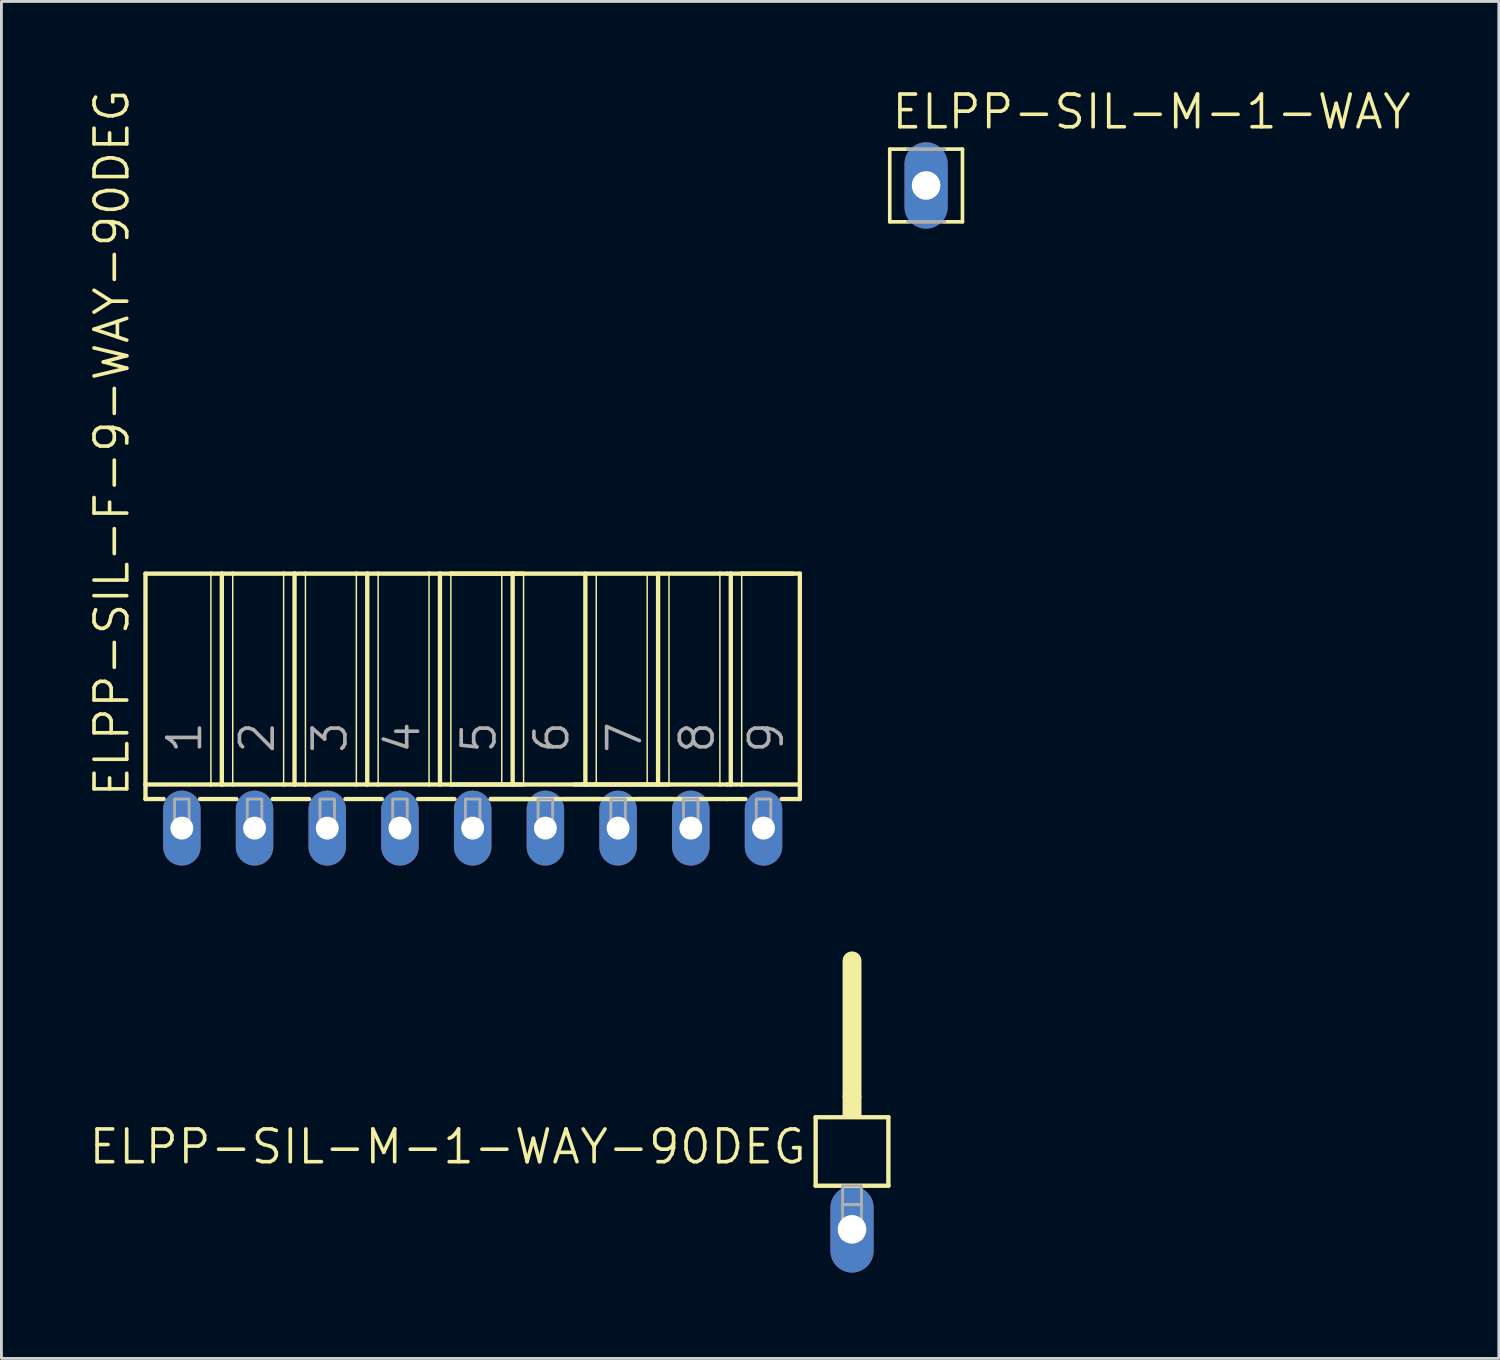
<source format=kicad_pcb>
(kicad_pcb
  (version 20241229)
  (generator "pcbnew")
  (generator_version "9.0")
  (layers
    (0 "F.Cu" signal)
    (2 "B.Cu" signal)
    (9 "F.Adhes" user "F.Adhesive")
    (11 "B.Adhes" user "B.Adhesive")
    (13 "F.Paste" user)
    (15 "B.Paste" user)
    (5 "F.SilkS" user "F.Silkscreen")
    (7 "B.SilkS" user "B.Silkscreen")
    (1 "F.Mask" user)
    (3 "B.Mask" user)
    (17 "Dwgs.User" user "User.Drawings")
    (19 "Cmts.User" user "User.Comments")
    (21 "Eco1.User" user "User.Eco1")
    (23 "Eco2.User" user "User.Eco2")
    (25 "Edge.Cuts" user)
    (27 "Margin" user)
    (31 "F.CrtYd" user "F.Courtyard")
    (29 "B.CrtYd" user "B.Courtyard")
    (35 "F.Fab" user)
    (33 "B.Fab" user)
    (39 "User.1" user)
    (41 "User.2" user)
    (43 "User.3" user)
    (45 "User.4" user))
  (footprint "ELPP-SIL-M-1-WAY"
    (layer "F.Cu")
    (at 29.302 3.429)
    (property "Reference" "ELPP-SIL-M-1-WAY" (at -1.27 -1.905 0) (unlocked yes) (layer "F.SilkS") (effects (font (size 1.143 1.143) (thickness 0.127)) (justify left bottom)))
    (fp_line (start -1.27 -1.27) (end -1.27 1.27) (stroke (width 0.127) (type solid)) (layer "F.SilkS"))
    (fp_line (start -1.27 -1.27) (end -0.635 -1.27) (stroke (width 0.127) (type solid)) (layer "F.SilkS"))
    (fp_line (start -1.27 1.27) (end -0.635 1.27) (stroke (width 0.127) (type solid)) (layer "F.SilkS"))
    (fp_line (start 1.27 -1.27) (end 0.635 -1.27) (stroke (width 0.127) (type solid)) (layer "F.SilkS"))
    (fp_line (start 1.27 -1.27) (end 1.27 1.27) (stroke (width 0.127) (type solid)) (layer "F.SilkS"))
    (fp_line (start 1.27 1.27) (end 0.635 1.27) (stroke (width 0.127) (type solid)) (layer "F.SilkS"))
    (fp_line (start -0.635 -1.27) (end 0.635 -1.27) (stroke (width 0.127) (type solid)) (layer "F.Fab"))
    (fp_line (start -0.635 1.27) (end 0.635 1.27) (stroke (width 0.127) (type solid)) (layer "F.Fab"))
    (fp_poly (pts (xy -0.254 0.254) (xy 0.254 0.254) (xy 0.254 -0.254) (xy -0.254 -0.254)) (stroke (width 0.1) (type default)) (fill no) (layer "F.Fab"))
    (pad "1" thru_hole oval (at 0 0 90) (size 3.016 1.508) (drill 1) (layers "*.Cu" "*.Mask")))
  (footprint "ELPP-SIL-F-9-WAY-90DEG"
    (layer "F.Cu")
    (at 13.462 25.879)
    (property "Reference" "ELPP-SIL-F-9-WAY-90DEG" (at -11.938 -1.016 90) (unlocked yes) (layer "F.SilkS") (effects (font (size 1.143 1.143) (thickness 0.127)) (justify left bottom)))
    (fp_line (start -11.43 -8.89) (end -9.144 -8.89) (stroke (width 0.152) (type solid)) (layer "F.SilkS"))
    (fp_line (start -11.43 -1.524) (end -11.43 -8.89) (stroke (width 0.152) (type solid)) (layer "F.SilkS"))
    (fp_line (start -11.43 -1.524) (end -9.144 -1.524) (stroke (width 0.152) (type solid)) (layer "F.SilkS"))
    (fp_line (start -11.43 -1.016) (end -11.43 -1.524) (stroke (width 0.152) (type solid)) (layer "F.SilkS"))
    (fp_line (start -11.43 -1.016) (end -10.795 -1.016) (stroke (width 0.152) (type solid)) (layer "F.SilkS"))
    (fp_line (start -9.525 -1.016) (end -8.255 -1.016) (stroke (width 0.152) (type solid)) (layer "F.SilkS"))
    (fp_line (start -9.144 -8.89) (end -9.144 -1.524) (stroke (width 0.051) (type solid)) (layer "F.SilkS"))
    (fp_line (start -9.144 -8.89) (end -8.763 -8.89) (stroke (width 0.152) (type solid)) (layer "F.SilkS"))
    (fp_line (start -9.144 -1.524) (end -8.763 -1.524) (stroke (width 0.152) (type solid)) (layer "F.SilkS"))
    (fp_line (start -8.763 -8.89) (end -8.763 -1.524) (stroke (width 0.152) (type solid)) (layer "F.SilkS"))
    (fp_line (start -8.763 -8.89) (end -8.382 -8.89) (stroke (width 0.152) (type solid)) (layer "F.SilkS"))
    (fp_line (start -8.763 -1.524) (end -8.382 -1.524) (stroke (width 0.152) (type solid)) (layer "F.SilkS"))
    (fp_line (start -8.382 -8.89) (end -8.382 -1.524) (stroke (width 0.051) (type solid)) (layer "F.SilkS"))
    (fp_line (start -8.382 -8.89) (end -6.604 -8.89) (stroke (width 0.152) (type solid)) (layer "F.SilkS"))
    (fp_line (start -8.382 -1.524) (end -6.604 -1.524) (stroke (width 0.152) (type solid)) (layer "F.SilkS"))
    (fp_line (start -6.985 -1.016) (end -5.715 -1.016) (stroke (width 0.152) (type solid)) (layer "F.SilkS"))
    (fp_line (start -6.604 -8.89) (end -6.604 -1.524) (stroke (width 0.051) (type solid)) (layer "F.SilkS"))
    (fp_line (start -6.604 -8.89) (end -6.223 -8.89) (stroke (width 0.152) (type solid)) (layer "F.SilkS"))
    (fp_line (start -6.604 -1.524) (end -6.223 -1.524) (stroke (width 0.152) (type solid)) (layer "F.SilkS"))
    (fp_line (start -6.223 -8.89) (end -6.223 -1.524) (stroke (width 0.152) (type solid)) (layer "F.SilkS"))
    (fp_line (start -6.223 -8.89) (end -5.842 -8.89) (stroke (width 0.152) (type solid)) (layer "F.SilkS"))
    (fp_line (start -6.223 -1.524) (end -5.842 -1.524) (stroke (width 0.152) (type solid)) (layer "F.SilkS"))
    (fp_line (start -5.842 -8.89) (end -5.842 -1.524) (stroke (width 0.051) (type solid)) (layer "F.SilkS"))
    (fp_line (start -5.842 -8.89) (end -4.064 -8.89) (stroke (width 0.152) (type solid)) (layer "F.SilkS"))
    (fp_line (start -5.842 -1.524) (end -4.064 -1.524) (stroke (width 0.152) (type solid)) (layer "F.SilkS"))
    (fp_line (start -4.445 -1.016) (end -3.175 -1.016) (stroke (width 0.152) (type solid)) (layer "F.SilkS"))
    (fp_line (start -4.064 -8.89) (end -4.064 -1.524) (stroke (width 0.051) (type solid)) (layer "F.SilkS"))
    (fp_line (start -4.064 -8.89) (end -3.683 -8.89) (stroke (width 0.152) (type solid)) (layer "F.SilkS"))
    (fp_line (start -4.064 -1.524) (end -3.683 -1.524) (stroke (width 0.152) (type solid)) (layer "F.SilkS"))
    (fp_line (start -3.683 -8.89) (end -3.683 -1.524) (stroke (width 0.152) (type solid)) (layer "F.SilkS"))
    (fp_line (start -3.683 -8.89) (end -3.302 -8.89) (stroke (width 0.152) (type solid)) (layer "F.SilkS"))
    (fp_line (start -3.683 -1.524) (end -3.302 -1.524) (stroke (width 0.152) (type solid)) (layer "F.SilkS"))
    (fp_line (start -3.302 -8.89) (end -3.302 -1.524) (stroke (width 0.051) (type solid)) (layer "F.SilkS"))
    (fp_line (start -3.302 -8.89) (end -1.524 -8.89) (stroke (width 0.152) (type solid)) (layer "F.SilkS"))
    (fp_line (start -3.302 -1.524) (end -1.524 -1.524) (stroke (width 0.152) (type solid)) (layer "F.SilkS"))
    (fp_line (start -1.905 -1.016) (end -0.635 -1.016) (stroke (width 0.152) (type solid)) (layer "F.SilkS"))
    (fp_line (start -1.524 -8.89) (end -1.524 -1.524) (stroke (width 0.051) (type solid)) (layer "F.SilkS"))
    (fp_line (start -1.524 -8.89) (end -1.143 -8.89) (stroke (width 0.152) (type solid)) (layer "F.SilkS"))
    (fp_line (start -1.524 -1.524) (end -1.143 -1.524) (stroke (width 0.152) (type solid)) (layer "F.SilkS"))
    (fp_line (start -1.143 -8.89) (end -1.143 -1.524) (stroke (width 0.152) (type solid)) (layer "F.SilkS"))
    (fp_line (start -1.143 -8.89) (end -0.762 -8.89) (stroke (width 0.152) (type solid)) (layer "F.SilkS"))
    (fp_line (start -1.143 -1.524) (end -0.762 -1.524) (stroke (width 0.152) (type solid)) (layer "F.SilkS"))
    (fp_line (start -0.762 -8.89) (end -0.762 -1.524) (stroke (width 0.051) (type solid)) (layer "F.SilkS"))
    (fp_line (start -0.762 -8.89) (end 1.016 -8.89) (stroke (width 0.152) (type solid)) (layer "F.SilkS"))
    (fp_line (start -0.762 -8.89) (end 8.636 -8.89) (stroke (width 0.152) (type solid)) (layer "F.SilkS"))
    (fp_line (start -0.762 -1.524) (end 1.016 -1.524) (stroke (width 0.152) (type solid)) (layer "F.SilkS"))
    (fp_line (start -0.762 -1.524) (end 8.636 -1.524) (stroke (width 0.152) (type solid)) (layer "F.SilkS"))
    (fp_line (start 0.635 -1.016) (end 1.905 -1.016) (stroke (width 0.152) (type solid)) (layer "F.SilkS"))
    (fp_line (start 0.635 -1.016) (end 8.89 -1.016) (stroke (width 0.152) (type solid)) (layer "F.SilkS"))
    (fp_line (start 1.016 -8.89) (end 1.016 -1.524) (stroke (width 0.051) (type solid)) (layer "F.SilkS"))
    (fp_line (start 1.016 -8.89) (end 1.397 -8.89) (stroke (width 0.152) (type solid)) (layer "F.SilkS"))
    (fp_line (start 1.016 -1.524) (end 1.397 -1.524) (stroke (width 0.152) (type solid)) (layer "F.SilkS"))
    (fp_line (start 1.397 -8.89) (end 1.397 -1.524) (stroke (width 0.152) (type solid)) (layer "F.SilkS"))
    (fp_line (start 1.397 -8.89) (end 1.778 -8.89) (stroke (width 0.152) (type solid)) (layer "F.SilkS"))
    (fp_line (start 1.397 -1.524) (end 1.778 -1.524) (stroke (width 0.152) (type solid)) (layer "F.SilkS"))
    (fp_line (start 1.778 -8.89) (end 1.778 -1.524) (stroke (width 0.051) (type solid)) (layer "F.SilkS"))
    (fp_line (start 3.175 -1.016) (end 4.445 -1.016) (stroke (width 0.152) (type solid)) (layer "F.SilkS"))
    (fp_line (start 3.556 -1.524) (end 3.937 -1.524) (stroke (width 0.152) (type solid)) (layer "F.SilkS"))
    (fp_line (start 3.937 -8.89) (end 3.937 -1.524) (stroke (width 0.152) (type solid)) (layer "F.SilkS"))
    (fp_line (start 3.937 -1.524) (end 4.318 -1.524) (stroke (width 0.152) (type solid)) (layer "F.SilkS"))
    (fp_line (start 4.318 -8.89) (end 4.318 -1.524) (stroke (width 0.051) (type solid)) (layer "F.SilkS"))
    (fp_line (start 4.318 -1.524) (end 6.096 -1.524) (stroke (width 0.152) (type solid)) (layer "F.SilkS"))
    (fp_line (start 5.715 -1.016) (end 6.985 -1.016) (stroke (width 0.152) (type solid)) (layer "F.SilkS"))
    (fp_line (start 6.096 -8.89) (end 6.096 -1.524) (stroke (width 0.051) (type solid)) (layer "F.SilkS"))
    (fp_line (start 6.096 -1.524) (end 6.477 -1.524) (stroke (width 0.152) (type solid)) (layer "F.SilkS"))
    (fp_line (start 6.477 -8.89) (end 6.477 -1.524) (stroke (width 0.152) (type solid)) (layer "F.SilkS"))
    (fp_line (start 6.477 -1.524) (end 6.858 -1.524) (stroke (width 0.152) (type solid)) (layer "F.SilkS"))
    (fp_line (start 6.858 -8.89) (end 6.858 -1.524) (stroke (width 0.051) (type solid)) (layer "F.SilkS"))
    (fp_line (start 8.636 -8.89) (end 8.636 -1.524) (stroke (width 0.051) (type solid)) (layer "F.SilkS"))
    (fp_line (start 8.636 -8.89) (end 8.89 -8.89) (stroke (width 0.152) (type solid)) (layer "F.SilkS"))
    (fp_line (start 8.636 -1.524) (end 8.89 -1.524) (stroke (width 0.152) (type solid)) (layer "F.SilkS"))
    (fp_line (start 8.89 -8.89) (end 9.017 -8.89) (stroke (width 0.152) (type solid)) (layer "F.SilkS"))
    (fp_line (start 8.89 -1.524) (end 9.017 -1.524) (stroke (width 0.152) (type solid)) (layer "F.SilkS"))
    (fp_line (start 8.89 -1.016) (end 9.525 -1.016) (stroke (width 0.152) (type solid)) (layer "F.SilkS"))
    (fp_line (start 9.017 -8.89) (end 9.017 -1.524) (stroke (width 0.152) (type solid)) (layer "F.SilkS"))
    (fp_line (start 9.017 -8.89) (end 9.398 -8.89) (stroke (width 0.152) (type solid)) (layer "F.SilkS"))
    (fp_line (start 9.017 -1.524) (end 9.398 -1.524) (stroke (width 0.152) (type solid)) (layer "F.SilkS"))
    (fp_line (start 9.398 -8.89) (end 9.398 -1.524) (stroke (width 0.051) (type solid)) (layer "F.SilkS"))
    (fp_line (start 9.398 -8.89) (end 11.176 -8.89) (stroke (width 0.152) (type solid)) (layer "F.SilkS"))
    (fp_line (start 9.398 -8.89) (end 11.43 -8.89) (stroke (width 0.152) (type solid)) (layer "F.SilkS"))
    (fp_line (start 9.398 -1.524) (end 11.43 -1.524) (stroke (width 0.152) (type solid)) (layer "F.SilkS"))
    (fp_line (start 10.795 -1.016) (end 11.43 -1.016) (stroke (width 0.152) (type solid)) (layer "F.SilkS"))
    (fp_line (start 11.43 -8.89) (end 11.43 -1.524) (stroke (width 0.152) (type solid)) (layer "F.SilkS"))
    (fp_line (start 11.43 -1.524) (end 11.43 -1.016) (stroke (width 0.152) (type solid)) (layer "F.SilkS"))
    (fp_poly (pts (xy -10.414 0) (xy -9.906 0) (xy -9.906 -1.016) (xy -10.414 -1.016)) (stroke (width 0.1) (type default)) (fill no) (layer "F.Fab"))
    (fp_poly (pts (xy -7.874 0) (xy -7.366 0) (xy -7.366 -1.016) (xy -7.874 -1.016)) (stroke (width 0.1) (type default)) (fill no) (layer "F.Fab"))
    (fp_poly (pts (xy -5.334 0) (xy -4.826 0) (xy -4.826 -1.016) (xy -5.334 -1.016)) (stroke (width 0.1) (type default)) (fill no) (layer "F.Fab"))
    (fp_poly (pts (xy -2.794 0) (xy -2.286 0) (xy -2.286 -1.016) (xy -2.794 -1.016)) (stroke (width 0.1) (type default)) (fill no) (layer "F.Fab"))
    (fp_poly (pts (xy -0.254 0) (xy 0.254 0) (xy 0.254 -1.016) (xy -0.254 -1.016)) (stroke (width 0.1) (type default)) (fill no) (layer "F.Fab"))
    (fp_poly (pts (xy 2.286 0) (xy 2.794 0) (xy 2.794 -1.016) (xy 2.286 -1.016)) (stroke (width 0.1) (type default)) (fill no) (layer "F.Fab"))
    (fp_poly (pts (xy 4.826 0) (xy 5.334 0) (xy 5.334 -1.016) (xy 4.826 -1.016)) (stroke (width 0.1) (type default)) (fill no) (layer "F.Fab"))
    (fp_poly (pts (xy 7.366 0) (xy 7.874 0) (xy 7.874 -1.016) (xy 7.366 -1.016)) (stroke (width 0.1) (type default)) (fill no) (layer "F.Fab"))
    (fp_poly (pts (xy 9.906 0) (xy 10.414 0) (xy 10.414 -1.016) (xy 9.906 -1.016)) (stroke (width 0.1) (type default)) (fill no) (layer "F.Fab"))
    (fp_text user "5" (at 0.889 -2.54 90) (layer "F.Fab") (effects (font (size 1.143 1.143) (thickness 0.127)) (justify left bottom)))
    (fp_text user "1" (at -9.398 -2.54 90) (layer "F.Fab") (effects (font (size 1.143 1.143) (thickness 0.127)) (justify left bottom)))
    (fp_text user "7" (at 5.969 -2.54 90) (layer "F.Fab") (effects (font (size 1.143 1.143) (thickness 0.127)) (justify left bottom)))
    (fp_text user "2" (at -6.858 -2.54 90) (layer "F.Fab") (effects (font (size 1.143 1.143) (thickness 0.127)) (justify left bottom)))
    (fp_text user "8" (at 8.509 -2.54 90) (layer "F.Fab") (effects (font (size 1.143 1.143) (thickness 0.127)) (justify left bottom)))
    (fp_text user "4" (at -1.778 -2.54 90) (layer "F.Fab") (effects (font (size 1.143 1.143) (thickness 0.127)) (justify left bottom)))
    (fp_text user "9" (at 10.922 -2.54 90) (layer "F.Fab") (effects (font (size 1.143 1.143) (thickness 0.127)) (justify left bottom)))
    (fp_text user "6" (at 3.429 -2.54 90) (layer "F.Fab") (effects (font (size 1.143 1.143) (thickness 0.127)) (justify left bottom)))
    (fp_text user "3" (at -4.318 -2.54 90) (layer "F.Fab") (effects (font (size 1.143 1.143) (thickness 0.127)) (justify left bottom)))
    (pad "1" thru_hole oval (at -10.16 0 90) (size 2.616 1.308) (drill 0.8) (layers "*.Cu" "*.Mask"))
    (pad "2" thru_hole oval (at -7.62 0 90) (size 2.616 1.308) (drill 0.8) (layers "*.Cu" "*.Mask"))
    (pad "3" thru_hole oval (at -5.08 0 90) (size 2.616 1.308) (drill 0.8) (layers "*.Cu" "*.Mask"))
    (pad "4" thru_hole oval (at -2.54 0 90) (size 2.616 1.308) (drill 0.8) (layers "*.Cu" "*.Mask"))
    (pad "5" thru_hole oval (at 0 0 90) (size 2.616 1.308) (drill 0.8) (layers "*.Cu" "*.Mask"))
    (pad "6" thru_hole oval (at 2.54 0 90) (size 2.616 1.308) (drill 0.8) (layers "*.Cu" "*.Mask"))
    (pad "7" thru_hole oval (at 5.08 0 90) (size 2.616 1.308) (drill 0.8) (layers "*.Cu" "*.Mask"))
    (pad "8" thru_hole oval (at 7.62 0 90) (size 2.616 1.308) (drill 0.8) (layers "*.Cu" "*.Mask"))
    (pad "9" thru_hole oval (at 10.16 0 90) (size 2.616 1.308) (drill 0.8) (layers "*.Cu" "*.Mask")))
  (footprint "ELPP-SIL-M-1-WAY-90DEG"
    (layer "F.Cu")
    (at 26.714 39.896)
    (property "Reference" "ELPP-SIL-M-1-WAY-90DEG" (at -1.524 -3.556 0) (unlocked yes) (layer "F.SilkS") (effects (font (size 1.143 1.143) (thickness 0.127)) (justify right top)))
    (fp_line (start -1.27 -3.918) (end 1.27 -3.918) (stroke (width 0.152) (type solid)) (layer "F.SilkS"))
    (fp_line (start -1.27 -1.524) (end -1.27 -3.918) (stroke (width 0.152) (type solid)) (layer "F.SilkS"))
    (fp_line (start 0 -4.68) (end 0 -9.379) (stroke (width 0.66) (type solid)) (layer "F.SilkS"))
    (fp_line (start 1.27 -1.524) (end -1.27 -1.524) (stroke (width 0.152) (type solid)) (layer "F.SilkS"))
    (fp_line (start 1.27 -1.524) (end 1.27 -3.918) (stroke (width 0.152) (type solid)) (layer "F.SilkS"))
    (fp_poly (pts (xy -0.33 -3.918) (xy 0.33 -3.918) (xy 0.33 -4.68) (xy -0.33 -4.68)) (stroke (width 0) (type default)) (fill yes) (layer "F.SilkS"))
    (fp_poly (pts (xy -0.33 -0.864) (xy 0.33 -0.864) (xy 0.33 -1.524) (xy -0.33 -1.524)) (stroke (width 0.1) (type default)) (fill no) (layer "F.Fab"))
    (fp_poly (pts (xy -0.33 0.33) (xy 0.33 0.33) (xy 0.33 -0.864) (xy -0.33 -0.864)) (stroke (width 0.1) (type default)) (fill no) (layer "F.Fab"))
    (pad "1" thru_hole oval (at 0 0 90) (size 3.016 1.508) (drill 1) (layers "*.Cu" "*.Mask")))
  (gr_rect
    (start -3 -3)
    (end 49.309 44.404)
    (stroke (width 0.1) (type default))
    (fill no)
    (layer "Edge.Cuts")))
</source>
